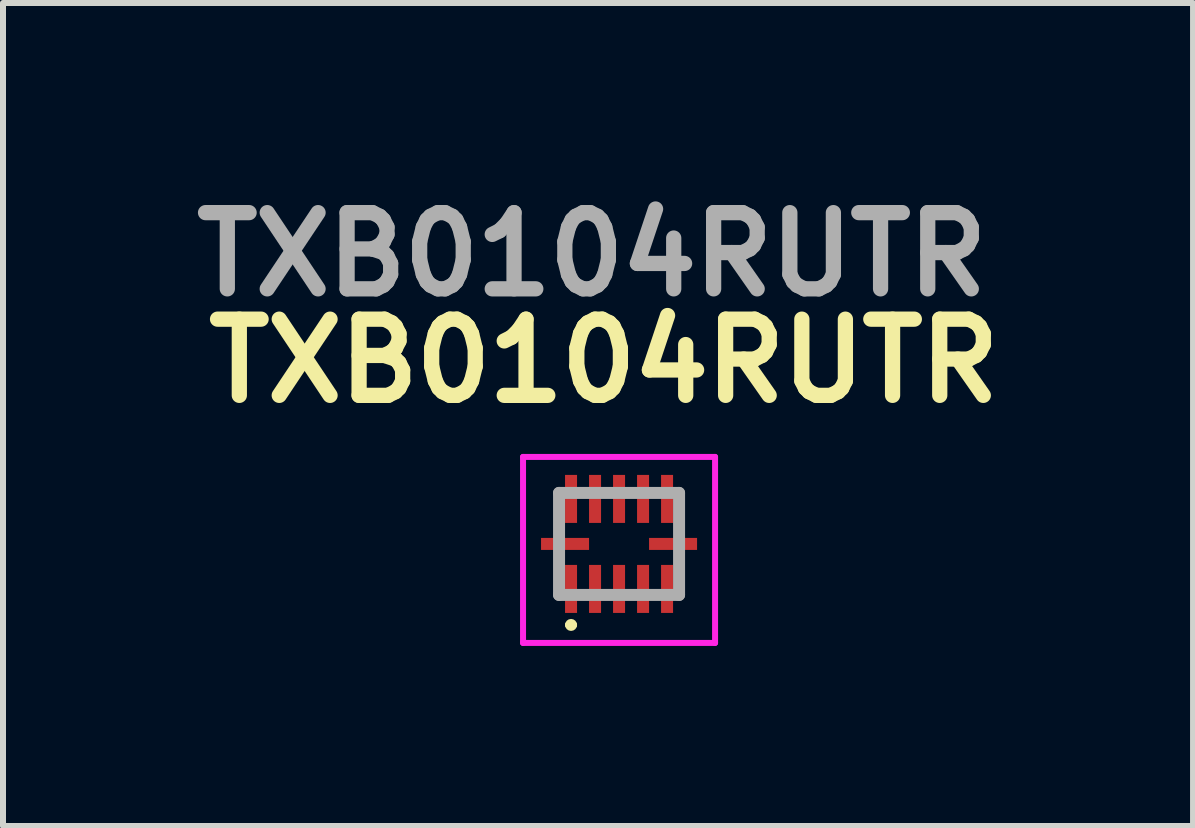
<source format=kicad_pcb>
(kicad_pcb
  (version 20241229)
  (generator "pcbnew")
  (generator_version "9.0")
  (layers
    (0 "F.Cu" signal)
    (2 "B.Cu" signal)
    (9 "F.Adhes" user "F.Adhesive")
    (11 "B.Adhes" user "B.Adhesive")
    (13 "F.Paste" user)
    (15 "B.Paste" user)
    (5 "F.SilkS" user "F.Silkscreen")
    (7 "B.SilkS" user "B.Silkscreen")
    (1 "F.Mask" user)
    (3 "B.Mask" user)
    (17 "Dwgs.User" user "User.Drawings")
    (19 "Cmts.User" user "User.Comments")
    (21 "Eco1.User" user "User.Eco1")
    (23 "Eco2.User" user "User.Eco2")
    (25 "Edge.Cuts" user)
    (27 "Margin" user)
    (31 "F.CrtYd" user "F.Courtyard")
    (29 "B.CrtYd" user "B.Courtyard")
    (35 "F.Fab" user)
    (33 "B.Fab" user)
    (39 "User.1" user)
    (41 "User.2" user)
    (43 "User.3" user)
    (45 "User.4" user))
  (footprint "TXB0104RUTR"
    (layer "F.Cu")
    (at 7.266 6.014)
    (property "Reference" "TXB0104RUTR" (at -0.25 -3.05 0) (layer "F.SilkS") (effects (font (size 1.27 1.27) (thickness 0.254))))
    (attr smd)
    (fp_line (start -0.85 1.35) (end -0.85 1.35) (stroke (width 0.1) (type solid)) (layer "F.SilkS"))
    (fp_line (start -0.75 1.35) (end -0.75 1.35) (stroke (width 0.1) (type solid)) (layer "F.SilkS"))
    (fp_arc (start -0.85 1.35) (mid -0.8 1.3) (end -0.75 1.35) (stroke (width 0.1) (type solid)) (layer "F.SilkS"))
    (fp_arc (start -0.75 1.35) (mid -0.8 1.4) (end -0.85 1.35) (stroke (width 0.1) (type solid)) (layer "F.SilkS"))
    (fp_line (start -1.6 -1.45) (end 1.6 -1.45) (stroke (width 0.1) (type solid)) (layer "F.CrtYd"))
    (fp_line (start -1.6 1.65) (end -1.6 -1.45) (stroke (width 0.1) (type solid)) (layer "F.CrtYd"))
    (fp_line (start 1.6 -1.45) (end 1.6 1.65) (stroke (width 0.1) (type solid)) (layer "F.CrtYd"))
    (fp_line (start 1.6 1.65) (end -1.6 1.65) (stroke (width 0.1) (type solid)) (layer "F.CrtYd"))
    (fp_line (start -1 -0.85) (end 1 -0.85) (stroke (width 0.2) (type solid)) (layer "F.Fab"))
    (fp_line (start -1 0.85) (end -1 -0.85) (stroke (width 0.2) (type solid)) (layer "F.Fab"))
    (fp_line (start 1 -0.85) (end 1 0.85) (stroke (width 0.2) (type solid)) (layer "F.Fab"))
    (fp_line (start 1 0.85) (end -1 0.85) (stroke (width 0.2) (type solid)) (layer "F.Fab"))
    (fp_text user "${REFERENCE}" (at -0.45 -4.825 0) (layer "F.Fab") (effects (font (size 1.27 1.27) (thickness 0.254))))
    (pad "1" smd rect (at -0.8 0.75) (size 0.2 0.8) (layers "F.Cu" "F.Mask" "F.Paste"))
    (pad "2" smd rect (at -0.4 0.75) (size 0.2 0.8) (layers "F.Cu" "F.Mask" "F.Paste"))
    (pad "3" smd rect (at 0 0.75) (size 0.2 0.8) (layers "F.Cu" "F.Mask" "F.Paste"))
    (pad "4" smd rect (at 0.4 0.75) (size 0.2 0.8) (layers "F.Cu" "F.Mask" "F.Paste"))
    (pad "5" smd rect (at 0.8 0.75) (size 0.2 0.8) (layers "F.Cu" "F.Mask" "F.Paste"))
    (pad "6" smd rect (at 0.9 0 90) (size 0.2 0.8) (layers "F.Cu" "F.Mask" "F.Paste"))
    (pad "7" smd rect (at 0.8 -0.75) (size 0.2 0.8) (layers "F.Cu" "F.Mask" "F.Paste"))
    (pad "8" smd rect (at 0.4 -0.75) (size 0.2 0.8) (layers "F.Cu" "F.Mask" "F.Paste"))
    (pad "9" smd rect (at 0 -0.75) (size 0.2 0.8) (layers "F.Cu" "F.Mask" "F.Paste"))
    (pad "10" smd rect (at -0.4 -0.75) (size 0.2 0.8) (layers "F.Cu" "F.Mask" "F.Paste"))
    (pad "11" smd rect (at -0.8 -0.75) (size 0.2 0.8) (layers "F.Cu" "F.Mask" "F.Paste"))
    (pad "12" smd rect (at -0.9 0 90) (size 0.2 0.8) (layers "F.Cu" "F.Mask" "F.Paste")))
  (gr_rect
    (start -3 -3)
    (end 16.831 10.714)
    (stroke (width 0.1) (type default))
    (fill no)
    (layer "Edge.Cuts")))
</source>
